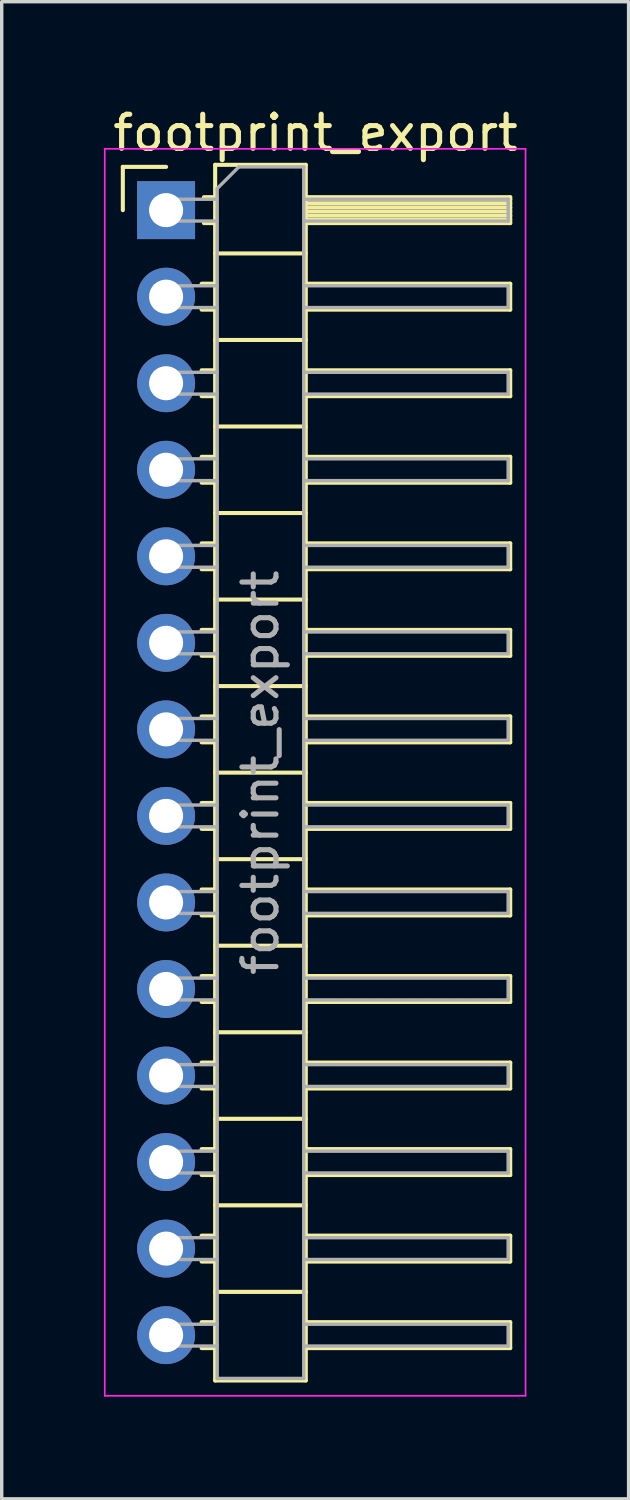
<source format=kicad_pcb>
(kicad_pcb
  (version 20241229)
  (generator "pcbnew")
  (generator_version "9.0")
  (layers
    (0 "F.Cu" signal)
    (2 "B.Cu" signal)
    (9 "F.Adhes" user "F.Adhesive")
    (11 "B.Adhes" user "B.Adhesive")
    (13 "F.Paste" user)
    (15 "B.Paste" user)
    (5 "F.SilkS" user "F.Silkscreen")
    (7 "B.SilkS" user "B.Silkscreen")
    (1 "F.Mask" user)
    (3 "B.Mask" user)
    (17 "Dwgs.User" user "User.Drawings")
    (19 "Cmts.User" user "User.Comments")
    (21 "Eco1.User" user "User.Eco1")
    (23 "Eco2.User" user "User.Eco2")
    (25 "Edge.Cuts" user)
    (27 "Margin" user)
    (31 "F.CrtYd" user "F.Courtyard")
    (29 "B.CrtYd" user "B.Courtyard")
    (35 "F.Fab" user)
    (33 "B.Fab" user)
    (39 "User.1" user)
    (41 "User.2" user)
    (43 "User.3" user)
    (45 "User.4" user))
  (footprint "footprint_export"
    (layer "F.Cu")
    (at 1.825 3.118)
    (property "Reference" "footprint_export" (at 4.385 -2.27 0) (layer "F.SilkS") (effects (font (size 1 1) (thickness 0.15))))
    (attr through_hole)
    (fp_line (start -1.27 -1.27) (end 0 -1.27) (stroke (width 0.12) (type solid)) (layer "F.SilkS"))
    (fp_line (start -1.27 0) (end -1.27 -1.27) (stroke (width 0.12) (type solid)) (layer "F.SilkS"))
    (fp_line (start 1.043 2.16) (end 1.44 2.16) (stroke (width 0.12) (type solid)) (layer "F.SilkS"))
    (fp_line (start 1.043 2.92) (end 1.44 2.92) (stroke (width 0.12) (type solid)) (layer "F.SilkS"))
    (fp_line (start 1.043 4.7) (end 1.44 4.7) (stroke (width 0.12) (type solid)) (layer "F.SilkS"))
    (fp_line (start 1.043 5.46) (end 1.44 5.46) (stroke (width 0.12) (type solid)) (layer "F.SilkS"))
    (fp_line (start 1.043 7.24) (end 1.44 7.24) (stroke (width 0.12) (type solid)) (layer "F.SilkS"))
    (fp_line (start 1.043 8) (end 1.44 8) (stroke (width 0.12) (type solid)) (layer "F.SilkS"))
    (fp_line (start 1.043 9.78) (end 1.44 9.78) (stroke (width 0.12) (type solid)) (layer "F.SilkS"))
    (fp_line (start 1.043 10.54) (end 1.44 10.54) (stroke (width 0.12) (type solid)) (layer "F.SilkS"))
    (fp_line (start 1.043 12.32) (end 1.44 12.32) (stroke (width 0.12) (type solid)) (layer "F.SilkS"))
    (fp_line (start 1.043 13.08) (end 1.44 13.08) (stroke (width 0.12) (type solid)) (layer "F.SilkS"))
    (fp_line (start 1.043 14.86) (end 1.44 14.86) (stroke (width 0.12) (type solid)) (layer "F.SilkS"))
    (fp_line (start 1.043 15.62) (end 1.44 15.62) (stroke (width 0.12) (type solid)) (layer "F.SilkS"))
    (fp_line (start 1.043 17.4) (end 1.44 17.4) (stroke (width 0.12) (type solid)) (layer "F.SilkS"))
    (fp_line (start 1.043 18.16) (end 1.44 18.16) (stroke (width 0.12) (type solid)) (layer "F.SilkS"))
    (fp_line (start 1.043 19.94) (end 1.44 19.94) (stroke (width 0.12) (type solid)) (layer "F.SilkS"))
    (fp_line (start 1.043 20.7) (end 1.44 20.7) (stroke (width 0.12) (type solid)) (layer "F.SilkS"))
    (fp_line (start 1.043 22.48) (end 1.44 22.48) (stroke (width 0.12) (type solid)) (layer "F.SilkS"))
    (fp_line (start 1.043 23.24) (end 1.44 23.24) (stroke (width 0.12) (type solid)) (layer "F.SilkS"))
    (fp_line (start 1.043 25.02) (end 1.44 25.02) (stroke (width 0.12) (type solid)) (layer "F.SilkS"))
    (fp_line (start 1.043 25.78) (end 1.44 25.78) (stroke (width 0.12) (type solid)) (layer "F.SilkS"))
    (fp_line (start 1.043 27.56) (end 1.44 27.56) (stroke (width 0.12) (type solid)) (layer "F.SilkS"))
    (fp_line (start 1.043 28.32) (end 1.44 28.32) (stroke (width 0.12) (type solid)) (layer "F.SilkS"))
    (fp_line (start 1.043 30.1) (end 1.44 30.1) (stroke (width 0.12) (type solid)) (layer "F.SilkS"))
    (fp_line (start 1.043 30.86) (end 1.44 30.86) (stroke (width 0.12) (type solid)) (layer "F.SilkS"))
    (fp_line (start 1.043 32.64) (end 1.44 32.64) (stroke (width 0.12) (type solid)) (layer "F.SilkS"))
    (fp_line (start 1.043 33.4) (end 1.44 33.4) (stroke (width 0.12) (type solid)) (layer "F.SilkS"))
    (fp_line (start 1.11 -0.38) (end 1.44 -0.38) (stroke (width 0.12) (type solid)) (layer "F.SilkS"))
    (fp_line (start 1.11 0.38) (end 1.44 0.38) (stroke (width 0.12) (type solid)) (layer "F.SilkS"))
    (fp_line (start 1.44 -1.33) (end 1.44 34.35) (stroke (width 0.12) (type solid)) (layer "F.SilkS"))
    (fp_line (start 1.44 1.27) (end 4.1 1.27) (stroke (width 0.12) (type solid)) (layer "F.SilkS"))
    (fp_line (start 1.44 3.81) (end 4.1 3.81) (stroke (width 0.12) (type solid)) (layer "F.SilkS"))
    (fp_line (start 1.44 6.35) (end 4.1 6.35) (stroke (width 0.12) (type solid)) (layer "F.SilkS"))
    (fp_line (start 1.44 8.89) (end 4.1 8.89) (stroke (width 0.12) (type solid)) (layer "F.SilkS"))
    (fp_line (start 1.44 11.43) (end 4.1 11.43) (stroke (width 0.12) (type solid)) (layer "F.SilkS"))
    (fp_line (start 1.44 13.97) (end 4.1 13.97) (stroke (width 0.12) (type solid)) (layer "F.SilkS"))
    (fp_line (start 1.44 16.51) (end 4.1 16.51) (stroke (width 0.12) (type solid)) (layer "F.SilkS"))
    (fp_line (start 1.44 19.05) (end 4.1 19.05) (stroke (width 0.12) (type solid)) (layer "F.SilkS"))
    (fp_line (start 1.44 21.59) (end 4.1 21.59) (stroke (width 0.12) (type solid)) (layer "F.SilkS"))
    (fp_line (start 1.44 24.13) (end 4.1 24.13) (stroke (width 0.12) (type solid)) (layer "F.SilkS"))
    (fp_line (start 1.44 26.67) (end 4.1 26.67) (stroke (width 0.12) (type solid)) (layer "F.SilkS"))
    (fp_line (start 1.44 29.21) (end 4.1 29.21) (stroke (width 0.12) (type solid)) (layer "F.SilkS"))
    (fp_line (start 1.44 31.75) (end 4.1 31.75) (stroke (width 0.12) (type solid)) (layer "F.SilkS"))
    (fp_line (start 1.44 34.35) (end 4.1 34.35) (stroke (width 0.12) (type solid)) (layer "F.SilkS"))
    (fp_line (start 4.1 -1.33) (end 1.44 -1.33) (stroke (width 0.12) (type solid)) (layer "F.SilkS"))
    (fp_line (start 4.1 -0.38) (end 10.1 -0.38) (stroke (width 0.12) (type solid)) (layer "F.SilkS"))
    (fp_line (start 4.1 -0.32) (end 10.1 -0.32) (stroke (width 0.12) (type solid)) (layer "F.SilkS"))
    (fp_line (start 4.1 -0.2) (end 10.1 -0.2) (stroke (width 0.12) (type solid)) (layer "F.SilkS"))
    (fp_line (start 4.1 -0.08) (end 10.1 -0.08) (stroke (width 0.12) (type solid)) (layer "F.SilkS"))
    (fp_line (start 4.1 0.04) (end 10.1 0.04) (stroke (width 0.12) (type solid)) (layer "F.SilkS"))
    (fp_line (start 4.1 0.16) (end 10.1 0.16) (stroke (width 0.12) (type solid)) (layer "F.SilkS"))
    (fp_line (start 4.1 0.28) (end 10.1 0.28) (stroke (width 0.12) (type solid)) (layer "F.SilkS"))
    (fp_line (start 4.1 2.16) (end 10.1 2.16) (stroke (width 0.12) (type solid)) (layer "F.SilkS"))
    (fp_line (start 4.1 4.7) (end 10.1 4.7) (stroke (width 0.12) (type solid)) (layer "F.SilkS"))
    (fp_line (start 4.1 7.24) (end 10.1 7.24) (stroke (width 0.12) (type solid)) (layer "F.SilkS"))
    (fp_line (start 4.1 9.78) (end 10.1 9.78) (stroke (width 0.12) (type solid)) (layer "F.SilkS"))
    (fp_line (start 4.1 12.32) (end 10.1 12.32) (stroke (width 0.12) (type solid)) (layer "F.SilkS"))
    (fp_line (start 4.1 14.86) (end 10.1 14.86) (stroke (width 0.12) (type solid)) (layer "F.SilkS"))
    (fp_line (start 4.1 17.4) (end 10.1 17.4) (stroke (width 0.12) (type solid)) (layer "F.SilkS"))
    (fp_line (start 4.1 19.94) (end 10.1 19.94) (stroke (width 0.12) (type solid)) (layer "F.SilkS"))
    (fp_line (start 4.1 22.48) (end 10.1 22.48) (stroke (width 0.12) (type solid)) (layer "F.SilkS"))
    (fp_line (start 4.1 25.02) (end 10.1 25.02) (stroke (width 0.12) (type solid)) (layer "F.SilkS"))
    (fp_line (start 4.1 27.56) (end 10.1 27.56) (stroke (width 0.12) (type solid)) (layer "F.SilkS"))
    (fp_line (start 4.1 30.1) (end 10.1 30.1) (stroke (width 0.12) (type solid)) (layer "F.SilkS"))
    (fp_line (start 4.1 32.64) (end 10.1 32.64) (stroke (width 0.12) (type solid)) (layer "F.SilkS"))
    (fp_line (start 4.1 34.35) (end 4.1 -1.33) (stroke (width 0.12) (type solid)) (layer "F.SilkS"))
    (fp_line (start 10.1 -0.38) (end 10.1 0.38) (stroke (width 0.12) (type solid)) (layer "F.SilkS"))
    (fp_line (start 10.1 0.38) (end 4.1 0.38) (stroke (width 0.12) (type solid)) (layer "F.SilkS"))
    (fp_line (start 10.1 2.16) (end 10.1 2.92) (stroke (width 0.12) (type solid)) (layer "F.SilkS"))
    (fp_line (start 10.1 2.92) (end 4.1 2.92) (stroke (width 0.12) (type solid)) (layer "F.SilkS"))
    (fp_line (start 10.1 4.7) (end 10.1 5.46) (stroke (width 0.12) (type solid)) (layer "F.SilkS"))
    (fp_line (start 10.1 5.46) (end 4.1 5.46) (stroke (width 0.12) (type solid)) (layer "F.SilkS"))
    (fp_line (start 10.1 7.24) (end 10.1 8) (stroke (width 0.12) (type solid)) (layer "F.SilkS"))
    (fp_line (start 10.1 8) (end 4.1 8) (stroke (width 0.12) (type solid)) (layer "F.SilkS"))
    (fp_line (start 10.1 9.78) (end 10.1 10.54) (stroke (width 0.12) (type solid)) (layer "F.SilkS"))
    (fp_line (start 10.1 10.54) (end 4.1 10.54) (stroke (width 0.12) (type solid)) (layer "F.SilkS"))
    (fp_line (start 10.1 12.32) (end 10.1 13.08) (stroke (width 0.12) (type solid)) (layer "F.SilkS"))
    (fp_line (start 10.1 13.08) (end 4.1 13.08) (stroke (width 0.12) (type solid)) (layer "F.SilkS"))
    (fp_line (start 10.1 14.86) (end 10.1 15.62) (stroke (width 0.12) (type solid)) (layer "F.SilkS"))
    (fp_line (start 10.1 15.62) (end 4.1 15.62) (stroke (width 0.12) (type solid)) (layer "F.SilkS"))
    (fp_line (start 10.1 17.4) (end 10.1 18.16) (stroke (width 0.12) (type solid)) (layer "F.SilkS"))
    (fp_line (start 10.1 18.16) (end 4.1 18.16) (stroke (width 0.12) (type solid)) (layer "F.SilkS"))
    (fp_line (start 10.1 19.94) (end 10.1 20.7) (stroke (width 0.12) (type solid)) (layer "F.SilkS"))
    (fp_line (start 10.1 20.7) (end 4.1 20.7) (stroke (width 0.12) (type solid)) (layer "F.SilkS"))
    (fp_line (start 10.1 22.48) (end 10.1 23.24) (stroke (width 0.12) (type solid)) (layer "F.SilkS"))
    (fp_line (start 10.1 23.24) (end 4.1 23.24) (stroke (width 0.12) (type solid)) (layer "F.SilkS"))
    (fp_line (start 10.1 25.02) (end 10.1 25.78) (stroke (width 0.12) (type solid)) (layer "F.SilkS"))
    (fp_line (start 10.1 25.78) (end 4.1 25.78) (stroke (width 0.12) (type solid)) (layer "F.SilkS"))
    (fp_line (start 10.1 27.56) (end 10.1 28.32) (stroke (width 0.12) (type solid)) (layer "F.SilkS"))
    (fp_line (start 10.1 28.32) (end 4.1 28.32) (stroke (width 0.12) (type solid)) (layer "F.SilkS"))
    (fp_line (start 10.1 30.1) (end 10.1 30.86) (stroke (width 0.12) (type solid)) (layer "F.SilkS"))
    (fp_line (start 10.1 30.86) (end 4.1 30.86) (stroke (width 0.12) (type solid)) (layer "F.SilkS"))
    (fp_line (start 10.1 32.64) (end 10.1 33.4) (stroke (width 0.12) (type solid)) (layer "F.SilkS"))
    (fp_line (start 10.1 33.4) (end 4.1 33.4) (stroke (width 0.12) (type solid)) (layer "F.SilkS"))
    (fp_line (start -1.8 -1.8) (end -1.8 34.8) (stroke (width 0.05) (type solid)) (layer "F.CrtYd"))
    (fp_line (start -1.8 34.8) (end 10.55 34.8) (stroke (width 0.05) (type solid)) (layer "F.CrtYd"))
    (fp_line (start 10.55 -1.8) (end -1.8 -1.8) (stroke (width 0.05) (type solid)) (layer "F.CrtYd"))
    (fp_line (start 10.55 34.8) (end 10.55 -1.8) (stroke (width 0.05) (type solid)) (layer "F.CrtYd"))
    (fp_line (start -0.32 -0.32) (end -0.32 0.32) (stroke (width 0.1) (type solid)) (layer "F.Fab"))
    (fp_line (start -0.32 -0.32) (end 1.5 -0.32) (stroke (width 0.1) (type solid)) (layer "F.Fab"))
    (fp_line (start -0.32 0.32) (end 1.5 0.32) (stroke (width 0.1) (type solid)) (layer "F.Fab"))
    (fp_line (start -0.32 2.22) (end -0.32 2.86) (stroke (width 0.1) (type solid)) (layer "F.Fab"))
    (fp_line (start -0.32 2.22) (end 1.5 2.22) (stroke (width 0.1) (type solid)) (layer "F.Fab"))
    (fp_line (start -0.32 2.86) (end 1.5 2.86) (stroke (width 0.1) (type solid)) (layer "F.Fab"))
    (fp_line (start -0.32 4.76) (end -0.32 5.4) (stroke (width 0.1) (type solid)) (layer "F.Fab"))
    (fp_line (start -0.32 4.76) (end 1.5 4.76) (stroke (width 0.1) (type solid)) (layer "F.Fab"))
    (fp_line (start -0.32 5.4) (end 1.5 5.4) (stroke (width 0.1) (type solid)) (layer "F.Fab"))
    (fp_line (start -0.32 7.3) (end -0.32 7.94) (stroke (width 0.1) (type solid)) (layer "F.Fab"))
    (fp_line (start -0.32 7.3) (end 1.5 7.3) (stroke (width 0.1) (type solid)) (layer "F.Fab"))
    (fp_line (start -0.32 7.94) (end 1.5 7.94) (stroke (width 0.1) (type solid)) (layer "F.Fab"))
    (fp_line (start -0.32 9.84) (end -0.32 10.48) (stroke (width 0.1) (type solid)) (layer "F.Fab"))
    (fp_line (start -0.32 9.84) (end 1.5 9.84) (stroke (width 0.1) (type solid)) (layer "F.Fab"))
    (fp_line (start -0.32 10.48) (end 1.5 10.48) (stroke (width 0.1) (type solid)) (layer "F.Fab"))
    (fp_line (start -0.32 12.38) (end -0.32 13.02) (stroke (width 0.1) (type solid)) (layer "F.Fab"))
    (fp_line (start -0.32 12.38) (end 1.5 12.38) (stroke (width 0.1) (type solid)) (layer "F.Fab"))
    (fp_line (start -0.32 13.02) (end 1.5 13.02) (stroke (width 0.1) (type solid)) (layer "F.Fab"))
    (fp_line (start -0.32 14.92) (end -0.32 15.56) (stroke (width 0.1) (type solid)) (layer "F.Fab"))
    (fp_line (start -0.32 14.92) (end 1.5 14.92) (stroke (width 0.1) (type solid)) (layer "F.Fab"))
    (fp_line (start -0.32 15.56) (end 1.5 15.56) (stroke (width 0.1) (type solid)) (layer "F.Fab"))
    (fp_line (start -0.32 17.46) (end -0.32 18.1) (stroke (width 0.1) (type solid)) (layer "F.Fab"))
    (fp_line (start -0.32 17.46) (end 1.5 17.46) (stroke (width 0.1) (type solid)) (layer "F.Fab"))
    (fp_line (start -0.32 18.1) (end 1.5 18.1) (stroke (width 0.1) (type solid)) (layer "F.Fab"))
    (fp_line (start -0.32 20) (end -0.32 20.64) (stroke (width 0.1) (type solid)) (layer "F.Fab"))
    (fp_line (start -0.32 20) (end 1.5 20) (stroke (width 0.1) (type solid)) (layer "F.Fab"))
    (fp_line (start -0.32 20.64) (end 1.5 20.64) (stroke (width 0.1) (type solid)) (layer "F.Fab"))
    (fp_line (start -0.32 22.54) (end -0.32 23.18) (stroke (width 0.1) (type solid)) (layer "F.Fab"))
    (fp_line (start -0.32 22.54) (end 1.5 22.54) (stroke (width 0.1) (type solid)) (layer "F.Fab"))
    (fp_line (start -0.32 23.18) (end 1.5 23.18) (stroke (width 0.1) (type solid)) (layer "F.Fab"))
    (fp_line (start -0.32 25.08) (end -0.32 25.72) (stroke (width 0.1) (type solid)) (layer "F.Fab"))
    (fp_line (start -0.32 25.08) (end 1.5 25.08) (stroke (width 0.1) (type solid)) (layer "F.Fab"))
    (fp_line (start -0.32 25.72) (end 1.5 25.72) (stroke (width 0.1) (type solid)) (layer "F.Fab"))
    (fp_line (start -0.32 27.62) (end -0.32 28.26) (stroke (width 0.1) (type solid)) (layer "F.Fab"))
    (fp_line (start -0.32 27.62) (end 1.5 27.62) (stroke (width 0.1) (type solid)) (layer "F.Fab"))
    (fp_line (start -0.32 28.26) (end 1.5 28.26) (stroke (width 0.1) (type solid)) (layer "F.Fab"))
    (fp_line (start -0.32 30.16) (end -0.32 30.8) (stroke (width 0.1) (type solid)) (layer "F.Fab"))
    (fp_line (start -0.32 30.16) (end 1.5 30.16) (stroke (width 0.1) (type solid)) (layer "F.Fab"))
    (fp_line (start -0.32 30.8) (end 1.5 30.8) (stroke (width 0.1) (type solid)) (layer "F.Fab"))
    (fp_line (start -0.32 32.7) (end -0.32 33.34) (stroke (width 0.1) (type solid)) (layer "F.Fab"))
    (fp_line (start -0.32 32.7) (end 1.5 32.7) (stroke (width 0.1) (type solid)) (layer "F.Fab"))
    (fp_line (start -0.32 33.34) (end 1.5 33.34) (stroke (width 0.1) (type solid)) (layer "F.Fab"))
    (fp_line (start 1.5 -0.635) (end 2.135 -1.27) (stroke (width 0.1) (type solid)) (layer "F.Fab"))
    (fp_line (start 1.5 34.29) (end 1.5 -0.635) (stroke (width 0.1) (type solid)) (layer "F.Fab"))
    (fp_line (start 2.135 -1.27) (end 4.04 -1.27) (stroke (width 0.1) (type solid)) (layer "F.Fab"))
    (fp_line (start 4.04 -1.27) (end 4.04 34.29) (stroke (width 0.1) (type solid)) (layer "F.Fab"))
    (fp_line (start 4.04 -0.32) (end 10.04 -0.32) (stroke (width 0.1) (type solid)) (layer "F.Fab"))
    (fp_line (start 4.04 0.32) (end 10.04 0.32) (stroke (width 0.1) (type solid)) (layer "F.Fab"))
    (fp_line (start 4.04 2.22) (end 10.04 2.22) (stroke (width 0.1) (type solid)) (layer "F.Fab"))
    (fp_line (start 4.04 2.86) (end 10.04 2.86) (stroke (width 0.1) (type solid)) (layer "F.Fab"))
    (fp_line (start 4.04 4.76) (end 10.04 4.76) (stroke (width 0.1) (type solid)) (layer "F.Fab"))
    (fp_line (start 4.04 5.4) (end 10.04 5.4) (stroke (width 0.1) (type solid)) (layer "F.Fab"))
    (fp_line (start 4.04 7.3) (end 10.04 7.3) (stroke (width 0.1) (type solid)) (layer "F.Fab"))
    (fp_line (start 4.04 7.94) (end 10.04 7.94) (stroke (width 0.1) (type solid)) (layer "F.Fab"))
    (fp_line (start 4.04 9.84) (end 10.04 9.84) (stroke (width 0.1) (type solid)) (layer "F.Fab"))
    (fp_line (start 4.04 10.48) (end 10.04 10.48) (stroke (width 0.1) (type solid)) (layer "F.Fab"))
    (fp_line (start 4.04 12.38) (end 10.04 12.38) (stroke (width 0.1) (type solid)) (layer "F.Fab"))
    (fp_line (start 4.04 13.02) (end 10.04 13.02) (stroke (width 0.1) (type solid)) (layer "F.Fab"))
    (fp_line (start 4.04 14.92) (end 10.04 14.92) (stroke (width 0.1) (type solid)) (layer "F.Fab"))
    (fp_line (start 4.04 15.56) (end 10.04 15.56) (stroke (width 0.1) (type solid)) (layer "F.Fab"))
    (fp_line (start 4.04 17.46) (end 10.04 17.46) (stroke (width 0.1) (type solid)) (layer "F.Fab"))
    (fp_line (start 4.04 18.1) (end 10.04 18.1) (stroke (width 0.1) (type solid)) (layer "F.Fab"))
    (fp_line (start 4.04 20) (end 10.04 20) (stroke (width 0.1) (type solid)) (layer "F.Fab"))
    (fp_line (start 4.04 20.64) (end 10.04 20.64) (stroke (width 0.1) (type solid)) (layer "F.Fab"))
    (fp_line (start 4.04 22.54) (end 10.04 22.54) (stroke (width 0.1) (type solid)) (layer "F.Fab"))
    (fp_line (start 4.04 23.18) (end 10.04 23.18) (stroke (width 0.1) (type solid)) (layer "F.Fab"))
    (fp_line (start 4.04 25.08) (end 10.04 25.08) (stroke (width 0.1) (type solid)) (layer "F.Fab"))
    (fp_line (start 4.04 25.72) (end 10.04 25.72) (stroke (width 0.1) (type solid)) (layer "F.Fab"))
    (fp_line (start 4.04 27.62) (end 10.04 27.62) (stroke (width 0.1) (type solid)) (layer "F.Fab"))
    (fp_line (start 4.04 28.26) (end 10.04 28.26) (stroke (width 0.1) (type solid)) (layer "F.Fab"))
    (fp_line (start 4.04 30.16) (end 10.04 30.16) (stroke (width 0.1) (type solid)) (layer "F.Fab"))
    (fp_line (start 4.04 30.8) (end 10.04 30.8) (stroke (width 0.1) (type solid)) (layer "F.Fab"))
    (fp_line (start 4.04 32.7) (end 10.04 32.7) (stroke (width 0.1) (type solid)) (layer "F.Fab"))
    (fp_line (start 4.04 33.34) (end 10.04 33.34) (stroke (width 0.1) (type solid)) (layer "F.Fab"))
    (fp_line (start 4.04 34.29) (end 1.5 34.29) (stroke (width 0.1) (type solid)) (layer "F.Fab"))
    (fp_line (start 10.04 -0.32) (end 10.04 0.32) (stroke (width 0.1) (type solid)) (layer "F.Fab"))
    (fp_line (start 10.04 2.22) (end 10.04 2.86) (stroke (width 0.1) (type solid)) (layer "F.Fab"))
    (fp_line (start 10.04 4.76) (end 10.04 5.4) (stroke (width 0.1) (type solid)) (layer "F.Fab"))
    (fp_line (start 10.04 7.3) (end 10.04 7.94) (stroke (width 0.1) (type solid)) (layer "F.Fab"))
    (fp_line (start 10.04 9.84) (end 10.04 10.48) (stroke (width 0.1) (type solid)) (layer "F.Fab"))
    (fp_line (start 10.04 12.38) (end 10.04 13.02) (stroke (width 0.1) (type solid)) (layer "F.Fab"))
    (fp_line (start 10.04 14.92) (end 10.04 15.56) (stroke (width 0.1) (type solid)) (layer "F.Fab"))
    (fp_line (start 10.04 17.46) (end 10.04 18.1) (stroke (width 0.1) (type solid)) (layer "F.Fab"))
    (fp_line (start 10.04 20) (end 10.04 20.64) (stroke (width 0.1) (type solid)) (layer "F.Fab"))
    (fp_line (start 10.04 22.54) (end 10.04 23.18) (stroke (width 0.1) (type solid)) (layer "F.Fab"))
    (fp_line (start 10.04 25.08) (end 10.04 25.72) (stroke (width 0.1) (type solid)) (layer "F.Fab"))
    (fp_line (start 10.04 27.62) (end 10.04 28.26) (stroke (width 0.1) (type solid)) (layer "F.Fab"))
    (fp_line (start 10.04 30.16) (end 10.04 30.8) (stroke (width 0.1) (type solid)) (layer "F.Fab"))
    (fp_line (start 10.04 32.7) (end 10.04 33.34) (stroke (width 0.1) (type solid)) (layer "F.Fab"))
    (fp_text user "${REFERENCE}" (at 2.77 16.51 90) (layer "F.Fab") (effects (font (size 1 1) (thickness 0.15))))
    (pad "1" thru_hole rect (at 0 0) (size 1.7 1.7) (drill 1) (layers "*.Cu" "*.Mask"))
    (pad "2" thru_hole oval (at 0 2.54) (size 1.7 1.7) (drill 1) (layers "*.Cu" "*.Mask"))
    (pad "3" thru_hole oval (at 0 5.08) (size 1.7 1.7) (drill 1) (layers "*.Cu" "*.Mask"))
    (pad "4" thru_hole oval (at 0 7.62) (size 1.7 1.7) (drill 1) (layers "*.Cu" "*.Mask"))
    (pad "5" thru_hole oval (at 0 10.16) (size 1.7 1.7) (drill 1) (layers "*.Cu" "*.Mask"))
    (pad "6" thru_hole oval (at 0 12.7) (size 1.7 1.7) (drill 1) (layers "*.Cu" "*.Mask"))
    (pad "7" thru_hole oval (at 0 15.24) (size 1.7 1.7) (drill 1) (layers "*.Cu" "*.Mask"))
    (pad "8" thru_hole oval (at 0 17.78) (size 1.7 1.7) (drill 1) (layers "*.Cu" "*.Mask"))
    (pad "9" thru_hole oval (at 0 20.32) (size 1.7 1.7) (drill 1) (layers "*.Cu" "*.Mask"))
    (pad "10" thru_hole oval (at 0 22.86) (size 1.7 1.7) (drill 1) (layers "*.Cu" "*.Mask"))
    (pad "11" thru_hole oval (at 0 25.4) (size 1.7 1.7) (drill 1) (layers "*.Cu" "*.Mask"))
    (pad "12" thru_hole oval (at 0 27.94) (size 1.7 1.7) (drill 1) (layers "*.Cu" "*.Mask"))
    (pad "13" thru_hole oval (at 0 30.48) (size 1.7 1.7) (drill 1) (layers "*.Cu" "*.Mask"))
    (pad "14" thru_hole oval (at 0 33.02) (size 1.7 1.7) (drill 1) (layers "*.Cu" "*.Mask")))
  (gr_rect
    (start -3 -3)
    (end 15.4 40.943)
    (stroke (width 0.1) (type default))
    (fill no)
    (layer "Edge.Cuts")))
</source>
